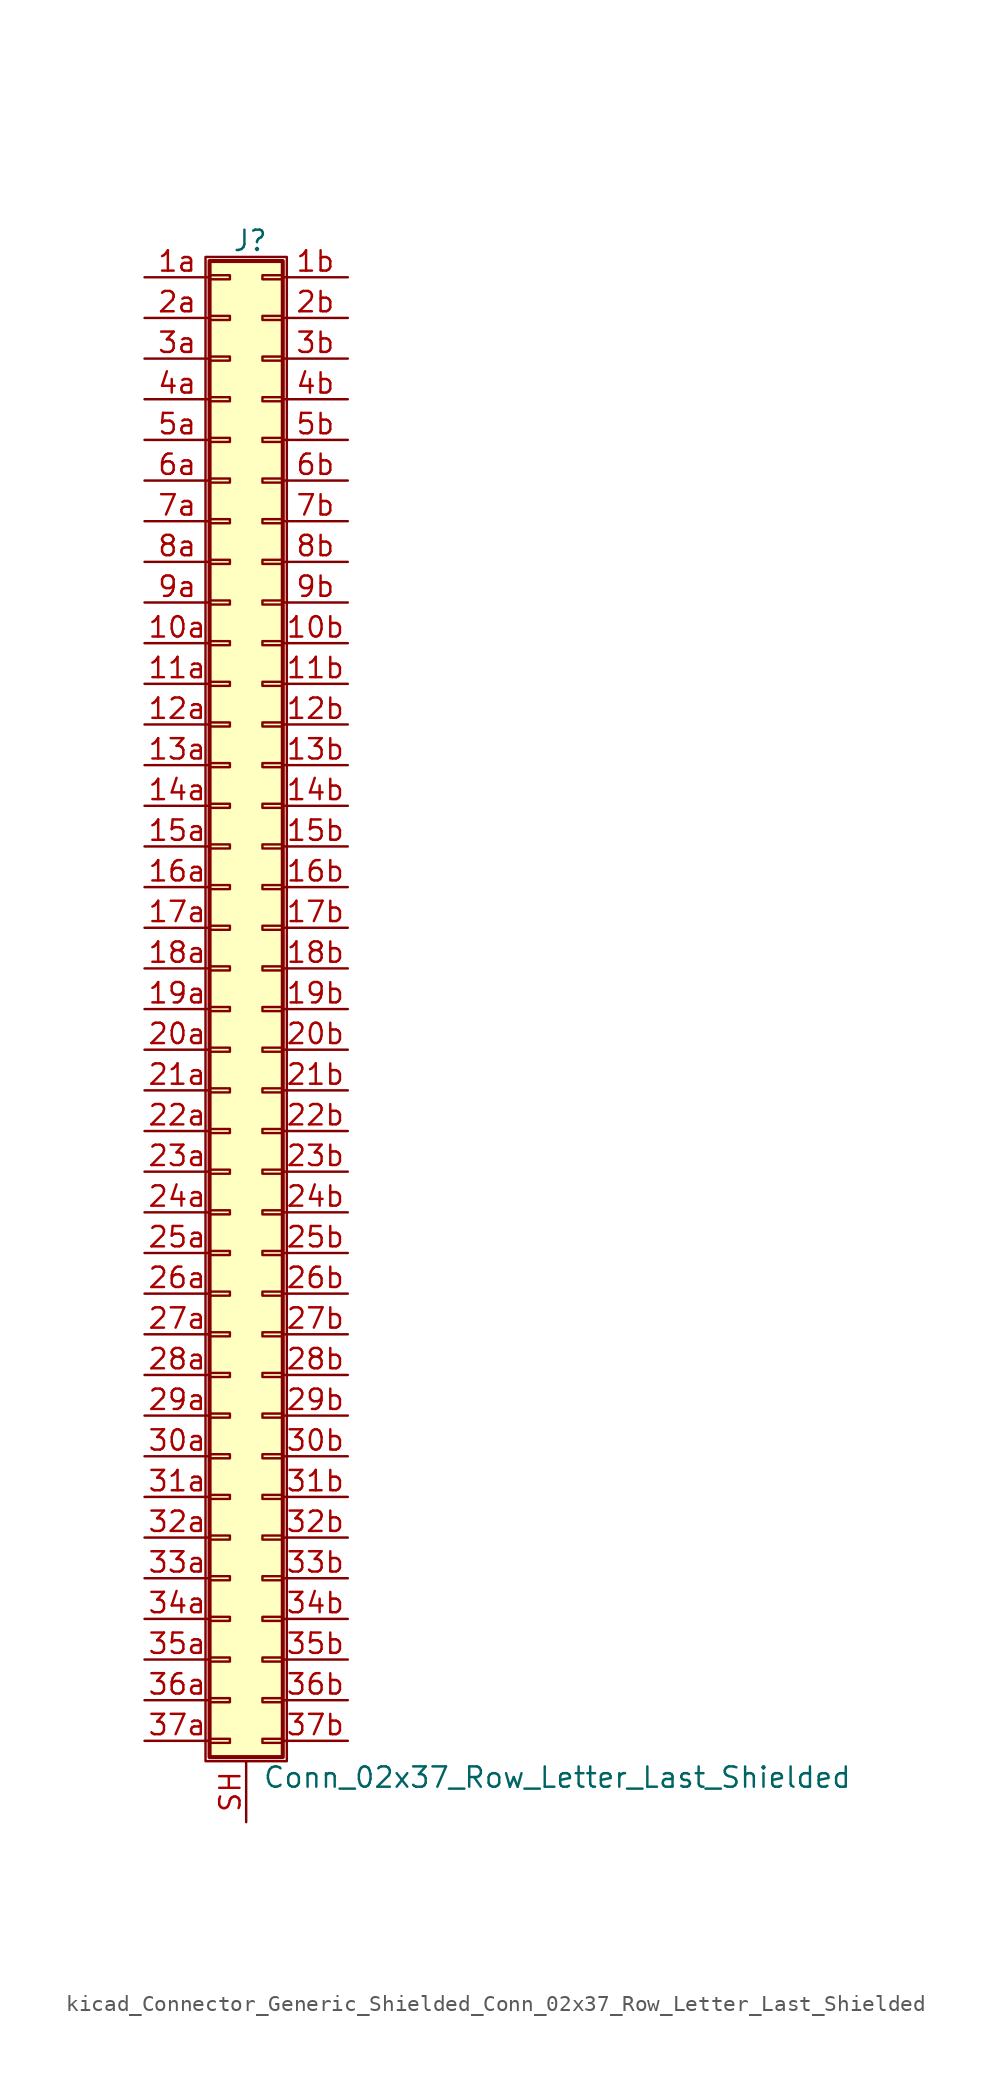
<source format=kicad_sym>
(kicad_symbol_lib
  (version 20220914)
  (generator kicad_symbol_editor)
  (symbol "kicad_Connector_Generic_Shielded_Conn_02x37_Row_Letter_Last_Shielded"
    (pin_names
      (offset 1.016) hide)
    (property "Reference" "J"
      (at 1.524 48.006 0)
      (effects (font (size 1.27 1.27))))
    (property "Value" "Conn_02x37_Row_Letter_Last_Shielded"
      (at 2.286 -48.006 0)
      (effects (font (size 1.27 1.27)) (justify left)))
    (symbol "kicad_Connector_Generic_Shielded_Conn_02x37_Row_Letter_Last_Shielded_1_1"
      (rectangle (start -1.27 46.99) (end 3.81 -46.99) (stroke (width 0.152) (type default)) (fill (type none)))
      (rectangle (start -1.016 -45.593) (end 0.254 -45.847) (stroke (width 0.152) (type default)) (fill (type none)))
      (rectangle (start -1.016 -43.053) (end 0.254 -43.307) (stroke (width 0.152) (type default)) (fill (type none)))
      (rectangle (start -1.016 -40.513) (end 0.254 -40.767) (stroke (width 0.152) (type default)) (fill (type none)))
      (rectangle (start -1.016 -37.973) (end 0.254 -38.227) (stroke (width 0.152) (type default)) (fill (type none)))
      (rectangle (start -1.016 -35.433) (end 0.254 -35.687) (stroke (width 0.152) (type default)) (fill (type none)))
      (rectangle (start -1.016 -32.893) (end 0.254 -33.147) (stroke (width 0.152) (type default)) (fill (type none)))
      (rectangle (start -1.016 -30.353) (end 0.254 -30.607) (stroke (width 0.152) (type default)) (fill (type none)))
      (rectangle (start -1.016 -27.813) (end 0.254 -28.067) (stroke (width 0.152) (type default)) (fill (type none)))
      (rectangle (start -1.016 -25.273) (end 0.254 -25.527) (stroke (width 0.152) (type default)) (fill (type none)))
      (rectangle (start -1.016 -22.733) (end 0.254 -22.987) (stroke (width 0.152) (type default)) (fill (type none)))
      (rectangle (start -1.016 -20.193) (end 0.254 -20.447) (stroke (width 0.152) (type default)) (fill (type none)))
      (rectangle (start -1.016 -17.653) (end 0.254 -17.907) (stroke (width 0.152) (type default)) (fill (type none)))
      (rectangle (start -1.016 -15.113) (end 0.254 -15.367) (stroke (width 0.152) (type default)) (fill (type none)))
      (rectangle (start -1.016 -12.573) (end 0.254 -12.827) (stroke (width 0.152) (type default)) (fill (type none)))
      (rectangle (start -1.016 -10.033) (end 0.254 -10.287) (stroke (width 0.152) (type default)) (fill (type none)))
      (rectangle (start -1.016 -7.493) (end 0.254 -7.747) (stroke (width 0.152) (type default)) (fill (type none)))
      (rectangle (start -1.016 -4.953) (end 0.254 -5.207) (stroke (width 0.152) (type default)) (fill (type none)))
      (rectangle (start -1.016 -2.413) (end 0.254 -2.667) (stroke (width 0.152) (type default)) (fill (type none)))
      (rectangle (start -1.016 0.127) (end 0.254 -0.127) (stroke (width 0.152) (type default)) (fill (type none)))
      (rectangle (start -1.016 2.667) (end 0.254 2.413) (stroke (width 0.152) (type default)) (fill (type none)))
      (rectangle (start -1.016 5.207) (end 0.254 4.953) (stroke (width 0.152) (type default)) (fill (type none)))
      (rectangle (start -1.016 7.747) (end 0.254 7.493) (stroke (width 0.152) (type default)) (fill (type none)))
      (rectangle (start -1.016 10.287) (end 0.254 10.033) (stroke (width 0.152) (type default)) (fill (type none)))
      (rectangle (start -1.016 12.827) (end 0.254 12.573) (stroke (width 0.152) (type default)) (fill (type none)))
      (rectangle (start -1.016 15.367) (end 0.254 15.113) (stroke (width 0.152) (type default)) (fill (type none)))
      (rectangle (start -1.016 17.907) (end 0.254 17.653) (stroke (width 0.152) (type default)) (fill (type none)))
      (rectangle (start -1.016 20.447) (end 0.254 20.193) (stroke (width 0.152) (type default)) (fill (type none)))
      (rectangle (start -1.016 22.987) (end 0.254 22.733) (stroke (width 0.152) (type default)) (fill (type none)))
      (rectangle (start -1.016 25.527) (end 0.254 25.273) (stroke (width 0.152) (type default)) (fill (type none)))
      (rectangle (start -1.016 28.067) (end 0.254 27.813) (stroke (width 0.152) (type default)) (fill (type none)))
      (rectangle (start -1.016 30.607) (end 0.254 30.353) (stroke (width 0.152) (type default)) (fill (type none)))
      (rectangle (start -1.016 33.147) (end 0.254 32.893) (stroke (width 0.152) (type default)) (fill (type none)))
      (rectangle (start -1.016 35.687) (end 0.254 35.433) (stroke (width 0.152) (type default)) (fill (type none)))
      (rectangle (start -1.016 38.227) (end 0.254 37.973) (stroke (width 0.152) (type default)) (fill (type none)))
      (rectangle (start -1.016 40.767) (end 0.254 40.513) (stroke (width 0.152) (type default)) (fill (type none)))
      (rectangle (start -1.016 43.307) (end 0.254 43.053) (stroke (width 0.152) (type default)) (fill (type none)))
      (rectangle (start -1.016 45.847) (end 0.254 45.593) (stroke (width 0.152) (type default)) (fill (type none)))
      (rectangle (start -1.016 46.736) (end 3.556 -46.736) (stroke (width 0.254) (type default)) (fill (type background)))
      (rectangle (start 3.556 -45.593) (end 2.286 -45.847) (stroke (width 0.152) (type default)) (fill (type none)))
      (rectangle (start 3.556 -43.053) (end 2.286 -43.307) (stroke (width 0.152) (type default)) (fill (type none)))
      (rectangle (start 3.556 -40.513) (end 2.286 -40.767) (stroke (width 0.152) (type default)) (fill (type none)))
      (rectangle (start 3.556 -37.973) (end 2.286 -38.227) (stroke (width 0.152) (type default)) (fill (type none)))
      (rectangle (start 3.556 -35.433) (end 2.286 -35.687) (stroke (width 0.152) (type default)) (fill (type none)))
      (rectangle (start 3.556 -32.893) (end 2.286 -33.147) (stroke (width 0.152) (type default)) (fill (type none)))
      (rectangle (start 3.556 -30.353) (end 2.286 -30.607) (stroke (width 0.152) (type default)) (fill (type none)))
      (rectangle (start 3.556 -27.813) (end 2.286 -28.067) (stroke (width 0.152) (type default)) (fill (type none)))
      (rectangle (start 3.556 -25.273) (end 2.286 -25.527) (stroke (width 0.152) (type default)) (fill (type none)))
      (rectangle (start 3.556 -22.733) (end 2.286 -22.987) (stroke (width 0.152) (type default)) (fill (type none)))
      (rectangle (start 3.556 -20.193) (end 2.286 -20.447) (stroke (width 0.152) (type default)) (fill (type none)))
      (rectangle (start 3.556 -17.653) (end 2.286 -17.907) (stroke (width 0.152) (type default)) (fill (type none)))
      (rectangle (start 3.556 -15.113) (end 2.286 -15.367) (stroke (width 0.152) (type default)) (fill (type none)))
      (rectangle (start 3.556 -12.573) (end 2.286 -12.827) (stroke (width 0.152) (type default)) (fill (type none)))
      (rectangle (start 3.556 -10.033) (end 2.286 -10.287) (stroke (width 0.152) (type default)) (fill (type none)))
      (rectangle (start 3.556 -7.493) (end 2.286 -7.747) (stroke (width 0.152) (type default)) (fill (type none)))
      (rectangle (start 3.556 -4.953) (end 2.286 -5.207) (stroke (width 0.152) (type default)) (fill (type none)))
      (rectangle (start 3.556 -2.413) (end 2.286 -2.667) (stroke (width 0.152) (type default)) (fill (type none)))
      (rectangle (start 3.556 0.127) (end 2.286 -0.127) (stroke (width 0.152) (type default)) (fill (type none)))
      (rectangle (start 3.556 2.667) (end 2.286 2.413) (stroke (width 0.152) (type default)) (fill (type none)))
      (rectangle (start 3.556 5.207) (end 2.286 4.953) (stroke (width 0.152) (type default)) (fill (type none)))
      (rectangle (start 3.556 7.747) (end 2.286 7.493) (stroke (width 0.152) (type default)) (fill (type none)))
      (rectangle (start 3.556 10.287) (end 2.286 10.033) (stroke (width 0.152) (type default)) (fill (type none)))
      (rectangle (start 3.556 12.827) (end 2.286 12.573) (stroke (width 0.152) (type default)) (fill (type none)))
      (rectangle (start 3.556 15.367) (end 2.286 15.113) (stroke (width 0.152) (type default)) (fill (type none)))
      (rectangle (start 3.556 17.907) (end 2.286 17.653) (stroke (width 0.152) (type default)) (fill (type none)))
      (rectangle (start 3.556 20.447) (end 2.286 20.193) (stroke (width 0.152) (type default)) (fill (type none)))
      (rectangle (start 3.556 22.987) (end 2.286 22.733) (stroke (width 0.152) (type default)) (fill (type none)))
      (rectangle (start 3.556 25.527) (end 2.286 25.273) (stroke (width 0.152) (type default)) (fill (type none)))
      (rectangle (start 3.556 28.067) (end 2.286 27.813) (stroke (width 0.152) (type default)) (fill (type none)))
      (rectangle (start 3.556 30.607) (end 2.286 30.353) (stroke (width 0.152) (type default)) (fill (type none)))
      (rectangle (start 3.556 33.147) (end 2.286 32.893) (stroke (width 0.152) (type default)) (fill (type none)))
      (rectangle (start 3.556 35.687) (end 2.286 35.433) (stroke (width 0.152) (type default)) (fill (type none)))
      (rectangle (start 3.556 38.227) (end 2.286 37.973) (stroke (width 0.152) (type default)) (fill (type none)))
      (rectangle (start 3.556 40.767) (end 2.286 40.513) (stroke (width 0.152) (type default)) (fill (type none)))
      (rectangle (start 3.556 43.307) (end 2.286 43.053) (stroke (width 0.152) (type default)) (fill (type none)))
      (rectangle (start 3.556 45.847) (end 2.286 45.593) (stroke (width 0.152) (type default)) (fill (type none)))
      (pin passive line (at -5.08 22.86 0) (length 4.064) (name "Pin_10a" (effects (font (size 1.27 1.27)))) (number "10a" (effects (font (size 1.27 1.27)))))
      (pin passive line (at 7.62 22.86 180) (length 4.064) (name "Pin_10b" (effects (font (size 1.27 1.27)))) (number "10b" (effects (font (size 1.27 1.27)))))
      (pin passive line (at -5.08 20.32 0) (length 4.064) (name "Pin_11a" (effects (font (size 1.27 1.27)))) (number "11a" (effects (font (size 1.27 1.27)))))
      (pin passive line (at 7.62 20.32 180) (length 4.064) (name "Pin_11b" (effects (font (size 1.27 1.27)))) (number "11b" (effects (font (size 1.27 1.27)))))
      (pin passive line (at -5.08 17.78 0) (length 4.064) (name "Pin_12a" (effects (font (size 1.27 1.27)))) (number "12a" (effects (font (size 1.27 1.27)))))
      (pin passive line (at 7.62 17.78 180) (length 4.064) (name "Pin_12b" (effects (font (size 1.27 1.27)))) (number "12b" (effects (font (size 1.27 1.27)))))
      (pin passive line (at -5.08 15.24 0) (length 4.064) (name "Pin_13a" (effects (font (size 1.27 1.27)))) (number "13a" (effects (font (size 1.27 1.27)))))
      (pin passive line (at 7.62 15.24 180) (length 4.064) (name "Pin_13b" (effects (font (size 1.27 1.27)))) (number "13b" (effects (font (size 1.27 1.27)))))
      (pin passive line (at -5.08 12.7 0) (length 4.064) (name "Pin_14a" (effects (font (size 1.27 1.27)))) (number "14a" (effects (font (size 1.27 1.27)))))
      (pin passive line (at 7.62 12.7 180) (length 4.064) (name "Pin_14b" (effects (font (size 1.27 1.27)))) (number "14b" (effects (font (size 1.27 1.27)))))
      (pin passive line (at -5.08 10.16 0) (length 4.064) (name "Pin_15a" (effects (font (size 1.27 1.27)))) (number "15a" (effects (font (size 1.27 1.27)))))
      (pin passive line (at 7.62 10.16 180) (length 4.064) (name "Pin_15b" (effects (font (size 1.27 1.27)))) (number "15b" (effects (font (size 1.27 1.27)))))
      (pin passive line (at -5.08 7.62 0) (length 4.064) (name "Pin_16a" (effects (font (size 1.27 1.27)))) (number "16a" (effects (font (size 1.27 1.27)))))
      (pin passive line (at 7.62 7.62 180) (length 4.064) (name "Pin_16b" (effects (font (size 1.27 1.27)))) (number "16b" (effects (font (size 1.27 1.27)))))
      (pin passive line (at -5.08 5.08 0) (length 4.064) (name "Pin_17a" (effects (font (size 1.27 1.27)))) (number "17a" (effects (font (size 1.27 1.27)))))
      (pin passive line (at 7.62 5.08 180) (length 4.064) (name "Pin_17b" (effects (font (size 1.27 1.27)))) (number "17b" (effects (font (size 1.27 1.27)))))
      (pin passive line (at -5.08 2.54 0) (length 4.064) (name "Pin_18a" (effects (font (size 1.27 1.27)))) (number "18a" (effects (font (size 1.27 1.27)))))
      (pin passive line (at 7.62 2.54 180) (length 4.064) (name "Pin_18b" (effects (font (size 1.27 1.27)))) (number "18b" (effects (font (size 1.27 1.27)))))
      (pin passive line (at -5.08 0 0) (length 4.064) (name "Pin_19a" (effects (font (size 1.27 1.27)))) (number "19a" (effects (font (size 1.27 1.27)))))
      (pin passive line (at 7.62 0 180) (length 4.064) (name "Pin_19b" (effects (font (size 1.27 1.27)))) (number "19b" (effects (font (size 1.27 1.27)))))
      (pin passive line (at -5.08 45.72 0) (length 4.064) (name "Pin_1a" (effects (font (size 1.27 1.27)))) (number "1a" (effects (font (size 1.27 1.27)))))
      (pin passive line (at 7.62 45.72 180) (length 4.064) (name "Pin_1b" (effects (font (size 1.27 1.27)))) (number "1b" (effects (font (size 1.27 1.27)))))
      (pin passive line (at -5.08 -2.54 0) (length 4.064) (name "Pin_20a" (effects (font (size 1.27 1.27)))) (number "20a" (effects (font (size 1.27 1.27)))))
      (pin passive line (at 7.62 -2.54 180) (length 4.064) (name "Pin_20b" (effects (font (size 1.27 1.27)))) (number "20b" (effects (font (size 1.27 1.27)))))
      (pin passive line (at -5.08 -5.08 0) (length 4.064) (name "Pin_21a" (effects (font (size 1.27 1.27)))) (number "21a" (effects (font (size 1.27 1.27)))))
      (pin passive line (at 7.62 -5.08 180) (length 4.064) (name "Pin_21b" (effects (font (size 1.27 1.27)))) (number "21b" (effects (font (size 1.27 1.27)))))
      (pin passive line (at -5.08 -7.62 0) (length 4.064) (name "Pin_22a" (effects (font (size 1.27 1.27)))) (number "22a" (effects (font (size 1.27 1.27)))))
      (pin passive line (at 7.62 -7.62 180) (length 4.064) (name "Pin_22b" (effects (font (size 1.27 1.27)))) (number "22b" (effects (font (size 1.27 1.27)))))
      (pin passive line (at -5.08 -10.16 0) (length 4.064) (name "Pin_23a" (effects (font (size 1.27 1.27)))) (number "23a" (effects (font (size 1.27 1.27)))))
      (pin passive line (at 7.62 -10.16 180) (length 4.064) (name "Pin_23b" (effects (font (size 1.27 1.27)))) (number "23b" (effects (font (size 1.27 1.27)))))
      (pin passive line (at -5.08 -12.7 0) (length 4.064) (name "Pin_24a" (effects (font (size 1.27 1.27)))) (number "24a" (effects (font (size 1.27 1.27)))))
      (pin passive line (at 7.62 -12.7 180) (length 4.064) (name "Pin_24b" (effects (font (size 1.27 1.27)))) (number "24b" (effects (font (size 1.27 1.27)))))
      (pin passive line (at -5.08 -15.24 0) (length 4.064) (name "Pin_25a" (effects (font (size 1.27 1.27)))) (number "25a" (effects (font (size 1.27 1.27)))))
      (pin passive line (at 7.62 -15.24 180) (length 4.064) (name "Pin_25b" (effects (font (size 1.27 1.27)))) (number "25b" (effects (font (size 1.27 1.27)))))
      (pin passive line (at -5.08 -17.78 0) (length 4.064) (name "Pin_26a" (effects (font (size 1.27 1.27)))) (number "26a" (effects (font (size 1.27 1.27)))))
      (pin passive line (at 7.62 -17.78 180) (length 4.064) (name "Pin_26b" (effects (font (size 1.27 1.27)))) (number "26b" (effects (font (size 1.27 1.27)))))
      (pin passive line (at -5.08 -20.32 0) (length 4.064) (name "Pin_27a" (effects (font (size 1.27 1.27)))) (number "27a" (effects (font (size 1.27 1.27)))))
      (pin passive line (at 7.62 -20.32 180) (length 4.064) (name "Pin_27b" (effects (font (size 1.27 1.27)))) (number "27b" (effects (font (size 1.27 1.27)))))
      (pin passive line (at -5.08 -22.86 0) (length 4.064) (name "Pin_28a" (effects (font (size 1.27 1.27)))) (number "28a" (effects (font (size 1.27 1.27)))))
      (pin passive line (at 7.62 -22.86 180) (length 4.064) (name "Pin_28b" (effects (font (size 1.27 1.27)))) (number "28b" (effects (font (size 1.27 1.27)))))
      (pin passive line (at -5.08 -25.4 0) (length 4.064) (name "Pin_29a" (effects (font (size 1.27 1.27)))) (number "29a" (effects (font (size 1.27 1.27)))))
      (pin passive line (at 7.62 -25.4 180) (length 4.064) (name "Pin_29b" (effects (font (size 1.27 1.27)))) (number "29b" (effects (font (size 1.27 1.27)))))
      (pin passive line (at -5.08 43.18 0) (length 4.064) (name "Pin_2a" (effects (font (size 1.27 1.27)))) (number "2a" (effects (font (size 1.27 1.27)))))
      (pin passive line (at 7.62 43.18 180) (length 4.064) (name "Pin_2b" (effects (font (size 1.27 1.27)))) (number "2b" (effects (font (size 1.27 1.27)))))
      (pin passive line (at -5.08 -27.94 0) (length 4.064) (name "Pin_30a" (effects (font (size 1.27 1.27)))) (number "30a" (effects (font (size 1.27 1.27)))))
      (pin passive line (at 7.62 -27.94 180) (length 4.064) (name "Pin_30b" (effects (font (size 1.27 1.27)))) (number "30b" (effects (font (size 1.27 1.27)))))
      (pin passive line (at -5.08 -30.48 0) (length 4.064) (name "Pin_31a" (effects (font (size 1.27 1.27)))) (number "31a" (effects (font (size 1.27 1.27)))))
      (pin passive line (at 7.62 -30.48 180) (length 4.064) (name "Pin_31b" (effects (font (size 1.27 1.27)))) (number "31b" (effects (font (size 1.27 1.27)))))
      (pin passive line (at -5.08 -33.02 0) (length 4.064) (name "Pin_32a" (effects (font (size 1.27 1.27)))) (number "32a" (effects (font (size 1.27 1.27)))))
      (pin passive line (at 7.62 -33.02 180) (length 4.064) (name "Pin_32b" (effects (font (size 1.27 1.27)))) (number "32b" (effects (font (size 1.27 1.27)))))
      (pin passive line (at -5.08 -35.56 0) (length 4.064) (name "Pin_33a" (effects (font (size 1.27 1.27)))) (number "33a" (effects (font (size 1.27 1.27)))))
      (pin passive line (at 7.62 -35.56 180) (length 4.064) (name "Pin_33b" (effects (font (size 1.27 1.27)))) (number "33b" (effects (font (size 1.27 1.27)))))
      (pin passive line (at -5.08 -38.1 0) (length 4.064) (name "Pin_34a" (effects (font (size 1.27 1.27)))) (number "34a" (effects (font (size 1.27 1.27)))))
      (pin passive line (at 7.62 -38.1 180) (length 4.064) (name "Pin_34b" (effects (font (size 1.27 1.27)))) (number "34b" (effects (font (size 1.27 1.27)))))
      (pin passive line (at -5.08 -40.64 0) (length 4.064) (name "Pin_35a" (effects (font (size 1.27 1.27)))) (number "35a" (effects (font (size 1.27 1.27)))))
      (pin passive line (at 7.62 -40.64 180) (length 4.064) (name "Pin_35b" (effects (font (size 1.27 1.27)))) (number "35b" (effects (font (size 1.27 1.27)))))
      (pin passive line (at -5.08 -43.18 0) (length 4.064) (name "Pin_36a" (effects (font (size 1.27 1.27)))) (number "36a" (effects (font (size 1.27 1.27)))))
      (pin passive line (at 7.62 -43.18 180) (length 4.064) (name "Pin_36b" (effects (font (size 1.27 1.27)))) (number "36b" (effects (font (size 1.27 1.27)))))
      (pin passive line (at -5.08 -45.72 0) (length 4.064) (name "Pin_37a" (effects (font (size 1.27 1.27)))) (number "37a" (effects (font (size 1.27 1.27)))))
      (pin passive line (at 7.62 -45.72 180) (length 4.064) (name "Pin_37b" (effects (font (size 1.27 1.27)))) (number "37b" (effects (font (size 1.27 1.27)))))
      (pin passive line (at -5.08 40.64 0) (length 4.064) (name "Pin_3a" (effects (font (size 1.27 1.27)))) (number "3a" (effects (font (size 1.27 1.27)))))
      (pin passive line (at 7.62 40.64 180) (length 4.064) (name "Pin_3b" (effects (font (size 1.27 1.27)))) (number "3b" (effects (font (size 1.27 1.27)))))
      (pin passive line (at -5.08 38.1 0) (length 4.064) (name "Pin_4a" (effects (font (size 1.27 1.27)))) (number "4a" (effects (font (size 1.27 1.27)))))
      (pin passive line (at 7.62 38.1 180) (length 4.064) (name "Pin_4b" (effects (font (size 1.27 1.27)))) (number "4b" (effects (font (size 1.27 1.27)))))
      (pin passive line (at -5.08 35.56 0) (length 4.064) (name "Pin_5a" (effects (font (size 1.27 1.27)))) (number "5a" (effects (font (size 1.27 1.27)))))
      (pin passive line (at 7.62 35.56 180) (length 4.064) (name "Pin_5b" (effects (font (size 1.27 1.27)))) (number "5b" (effects (font (size 1.27 1.27)))))
      (pin passive line (at -5.08 33.02 0) (length 4.064) (name "Pin_6a" (effects (font (size 1.27 1.27)))) (number "6a" (effects (font (size 1.27 1.27)))))
      (pin passive line (at 7.62 33.02 180) (length 4.064) (name "Pin_6b" (effects (font (size 1.27 1.27)))) (number "6b" (effects (font (size 1.27 1.27)))))
      (pin passive line (at -5.08 30.48 0) (length 4.064) (name "Pin_7a" (effects (font (size 1.27 1.27)))) (number "7a" (effects (font (size 1.27 1.27)))))
      (pin passive line (at 7.62 30.48 180) (length 4.064) (name "Pin_7b" (effects (font (size 1.27 1.27)))) (number "7b" (effects (font (size 1.27 1.27)))))
      (pin passive line (at -5.08 27.94 0) (length 4.064) (name "Pin_8a" (effects (font (size 1.27 1.27)))) (number "8a" (effects (font (size 1.27 1.27)))))
      (pin passive line (at 7.62 27.94 180) (length 4.064) (name "Pin_8b" (effects (font (size 1.27 1.27)))) (number "8b" (effects (font (size 1.27 1.27)))))
      (pin passive line (at -5.08 25.4 0) (length 4.064) (name "Pin_9a" (effects (font (size 1.27 1.27)))) (number "9a" (effects (font (size 1.27 1.27)))))
      (pin passive line (at 7.62 25.4 180) (length 4.064) (name "Pin_9b" (effects (font (size 1.27 1.27)))) (number "9b" (effects (font (size 1.27 1.27)))))
      (pin passive line (at 1.27 -50.8 90) (length 3.81) (name "Shield" (effects (font (size 1.27 1.27)))) (number "SH" (effects (font (size 1.27 1.27))))))))
</source>
